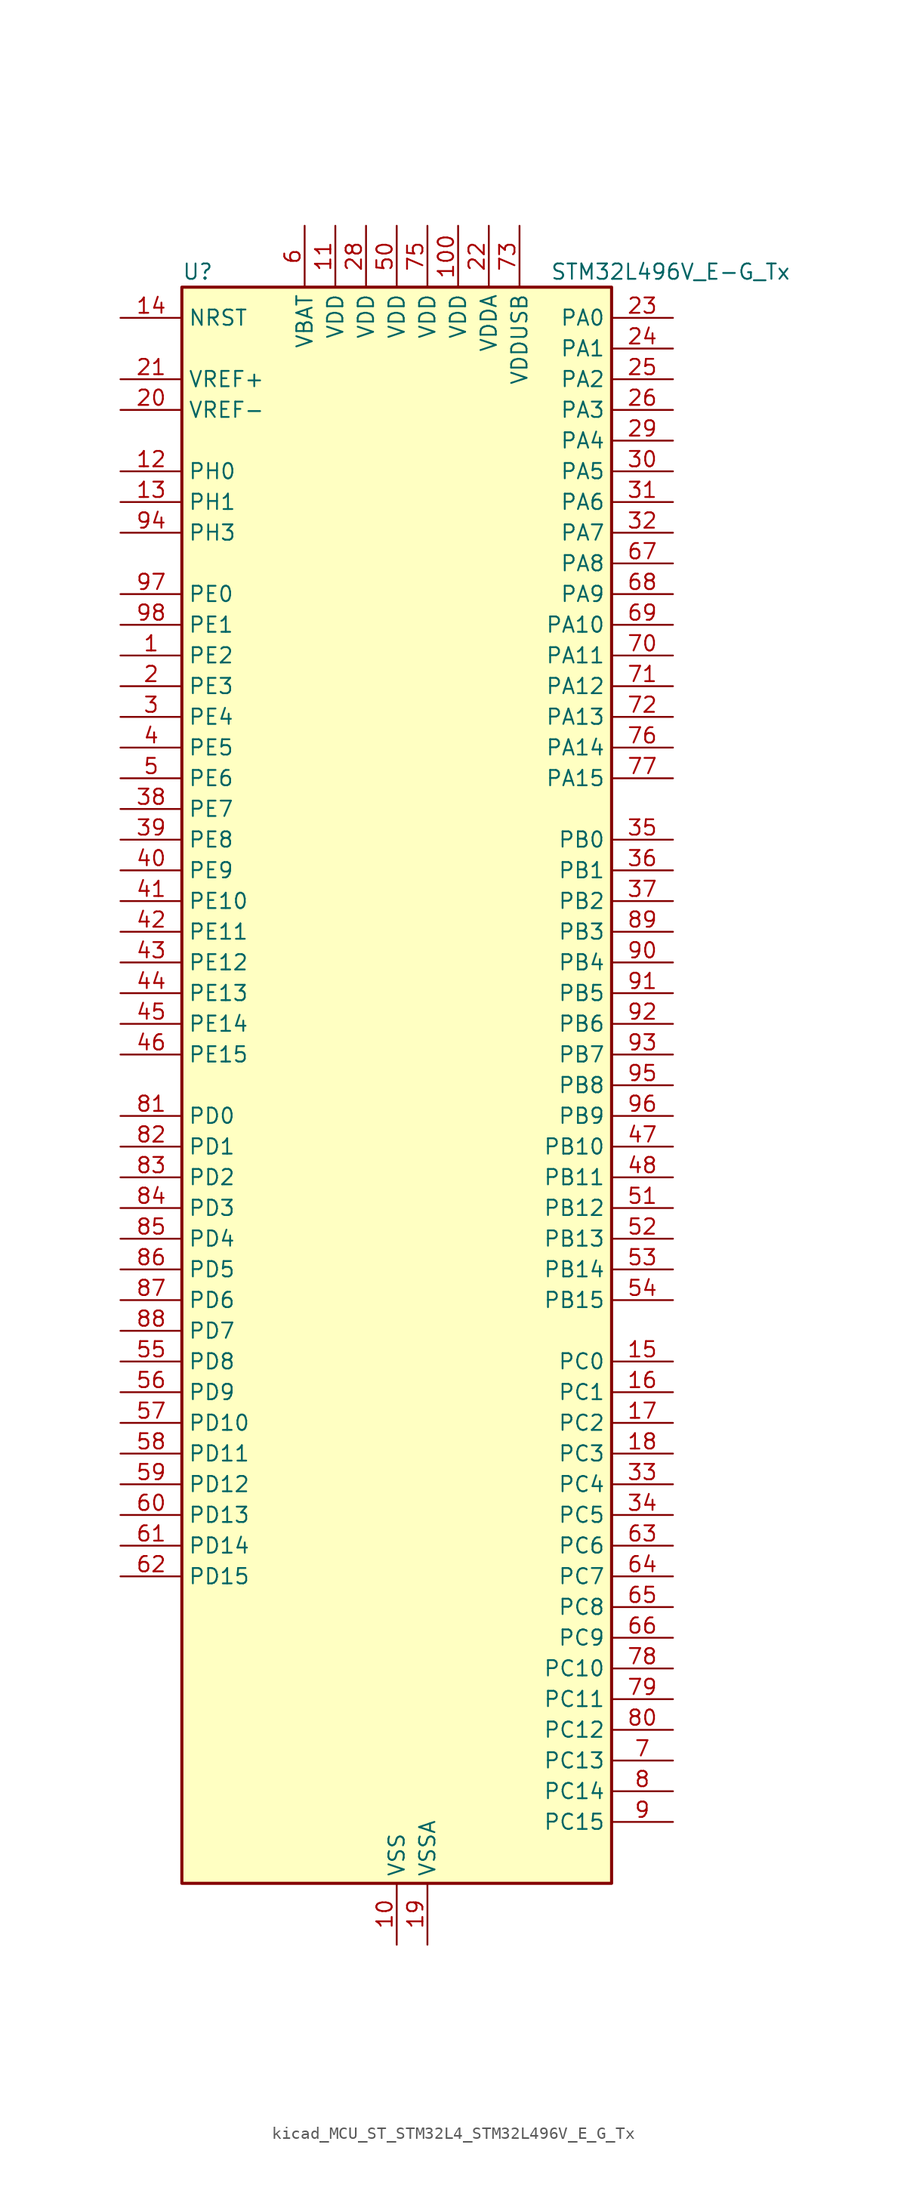
<source format=kicad_sym>
(kicad_symbol_lib
  (version 20220914)
  (generator kicad_symbol_editor)
  (symbol "kicad_MCU_ST_STM32L4_STM32L496V_E_G_Tx"
    (property "Reference" "U"
      (at -17.78 67.31 0)
      (effects (font (size 1.27 1.27)) (justify left)))
    (property "Value" "STM32L496V_E-G_Tx"
      (at 12.7 67.31 0)
      (effects (font (size 1.27 1.27)) (justify left)))
    (property "ki_locked" ""
      (at 0 0 0)
      (effects (font (size 1.27 1.27))))
    (symbol "kicad_MCU_ST_STM32L4_STM32L496V_E_G_Tx_0_1"
      (rectangle (start -17.78 -66.04) (end 17.78 66.04) (stroke (width 0.254) (type default)) (fill (type background))))
    (symbol "kicad_MCU_ST_STM32L4_STM32L496V_E_G_Tx_1_1"
      (pin bidirectional line (at -22.86 35.56 0) (length 5.08) (name "PE2" (effects (font (size 1.27 1.27)))) (number "1" (effects (font (size 1.27 1.27)))) (alternate "FMC_A23" bidirectional line) (alternate "LCD_SEG38" bidirectional line) (alternate "SAI1_MCLK_A" bidirectional line) (alternate "SYS_TRACECLK" bidirectional line) (alternate "TIM3_ETR" bidirectional line) (alternate "TSC_G7_IO1" bidirectional line))
      (pin power_in line (at 0 -71.12 90) (length 5.08) (name "VSS" (effects (font (size 1.27 1.27)))) (number "10" (effects (font (size 1.27 1.27)))))
      (pin power_in line (at 5.08 71.12 270) (length 5.08) (name "VDD" (effects (font (size 1.27 1.27)))) (number "100" (effects (font (size 1.27 1.27)))))
      (pin power_in line (at -5.08 71.12 270) (length 5.08) (name "VDD" (effects (font (size 1.27 1.27)))) (number "11" (effects (font (size 1.27 1.27)))))
      (pin bidirectional line (at -22.86 50.8 0) (length 5.08) (name "PH0" (effects (font (size 1.27 1.27)))) (number "12" (effects (font (size 1.27 1.27)))) (alternate "RCC_OSC_IN" bidirectional line))
      (pin bidirectional line (at -22.86 48.26 0) (length 5.08) (name "PH1" (effects (font (size 1.27 1.27)))) (number "13" (effects (font (size 1.27 1.27)))) (alternate "RCC_OSC_OUT" bidirectional line))
      (pin input line (at -22.86 63.5 0) (length 5.08) (name "NRST" (effects (font (size 1.27 1.27)))) (number "14" (effects (font (size 1.27 1.27)))))
      (pin bidirectional line (at 22.86 -22.86 180) (length 5.08) (name "PC0" (effects (font (size 1.27 1.27)))) (number "15" (effects (font (size 1.27 1.27)))) (alternate "ADC1_IN1" bidirectional line) (alternate "ADC2_IN1" bidirectional line) (alternate "ADC3_IN1" bidirectional line) (alternate "DFSDM1_DATIN4" bidirectional line) (alternate "I2C3_SCL" bidirectional line) (alternate "I2C4_SCL" bidirectional line) (alternate "LCD_SEG18" bidirectional line) (alternate "LPTIM1_IN1" bidirectional line) (alternate "LPTIM2_IN1" bidirectional line) (alternate "LPUART1_RX" bidirectional line))
      (pin bidirectional line (at 22.86 -25.4 180) (length 5.08) (name "PC1" (effects (font (size 1.27 1.27)))) (number "16" (effects (font (size 1.27 1.27)))) (alternate "ADC1_IN2" bidirectional line) (alternate "ADC2_IN2" bidirectional line) (alternate "ADC3_IN2" bidirectional line) (alternate "DFSDM1_CKIN4" bidirectional line) (alternate "I2C3_SDA" bidirectional line) (alternate "I2C4_SDA" bidirectional line) (alternate "LCD_SEG19" bidirectional line) (alternate "LPTIM1_OUT" bidirectional line) (alternate "LPUART1_TX" bidirectional line) (alternate "QUADSPI_BK2_IO0" bidirectional line) (alternate "SAI1_SD_A" bidirectional line) (alternate "SPI2_MOSI" bidirectional line) (alternate "SYS_TRACED0" bidirectional line))
      (pin bidirectional line (at 22.86 -27.94 180) (length 5.08) (name "PC2" (effects (font (size 1.27 1.27)))) (number "17" (effects (font (size 1.27 1.27)))) (alternate "ADC1_IN3" bidirectional line) (alternate "ADC2_IN3" bidirectional line) (alternate "ADC3_IN3" bidirectional line) (alternate "DFSDM1_CKOUT" bidirectional line) (alternate "LCD_SEG20" bidirectional line) (alternate "LPTIM1_IN2" bidirectional line) (alternate "QUADSPI_BK2_IO1" bidirectional line) (alternate "SPI2_MISO" bidirectional line))
      (pin bidirectional line (at 22.86 -30.48 180) (length 5.08) (name "PC3" (effects (font (size 1.27 1.27)))) (number "18" (effects (font (size 1.27 1.27)))) (alternate "ADC1_IN4" bidirectional line) (alternate "ADC2_IN4" bidirectional line) (alternate "ADC3_IN4" bidirectional line) (alternate "LCD_VLCD" bidirectional line) (alternate "LPTIM1_ETR" bidirectional line) (alternate "LPTIM2_ETR" bidirectional line) (alternate "QUADSPI_BK2_IO2" bidirectional line) (alternate "SAI1_SD_A" bidirectional line) (alternate "SPI2_MOSI" bidirectional line))
      (pin power_in line (at 2.54 -71.12 90) (length 5.08) (name "VSSA" (effects (font (size 1.27 1.27)))) (number "19" (effects (font (size 1.27 1.27)))))
      (pin bidirectional line (at -22.86 33.02 0) (length 5.08) (name "PE3" (effects (font (size 1.27 1.27)))) (number "2" (effects (font (size 1.27 1.27)))) (alternate "FMC_A19" bidirectional line) (alternate "LCD_SEG39" bidirectional line) (alternate "SAI1_SD_B" bidirectional line) (alternate "SYS_TRACED0" bidirectional line) (alternate "TIM3_CH1" bidirectional line) (alternate "TSC_G7_IO2" bidirectional line))
      (pin input line (at -22.86 55.88 0) (length 5.08) (name "VREF-" (effects (font (size 1.27 1.27)))) (number "20" (effects (font (size 1.27 1.27)))))
      (pin input line (at -22.86 58.42 0) (length 5.08) (name "VREF+" (effects (font (size 1.27 1.27)))) (number "21" (effects (font (size 1.27 1.27)))) (alternate "VREFBUF_OUT" bidirectional line))
      (pin power_in line (at 7.62 71.12 270) (length 5.08) (name "VDDA" (effects (font (size 1.27 1.27)))) (number "22" (effects (font (size 1.27 1.27)))))
      (pin bidirectional line (at 22.86 63.5 180) (length 5.08) (name "PA0" (effects (font (size 1.27 1.27)))) (number "23" (effects (font (size 1.27 1.27)))) (alternate "ADC1_IN5" bidirectional line) (alternate "ADC2_IN5" bidirectional line) (alternate "OPAMP1_VINP" bidirectional line) (alternate "RTC_TAMP2" bidirectional line) (alternate "SAI1_EXTCLK" bidirectional line) (alternate "SYS_WKUP1" bidirectional line) (alternate "TIM2_CH1" bidirectional line) (alternate "TIM2_ETR" bidirectional line) (alternate "TIM5_CH1" bidirectional line) (alternate "TIM8_ETR" bidirectional line) (alternate "UART4_TX" bidirectional line) (alternate "USART2_CTS" bidirectional line))
      (pin bidirectional line (at 22.86 60.96 180) (length 5.08) (name "PA1" (effects (font (size 1.27 1.27)))) (number "24" (effects (font (size 1.27 1.27)))) (alternate "ADC1_IN6" bidirectional line) (alternate "ADC2_IN6" bidirectional line) (alternate "I2C1_SMBA" bidirectional line) (alternate "LCD_SEG0" bidirectional line) (alternate "OPAMP1_VINM" bidirectional line) (alternate "SPI1_SCK" bidirectional line) (alternate "TIM15_CH1N" bidirectional line) (alternate "TIM2_CH2" bidirectional line) (alternate "TIM5_CH2" bidirectional line) (alternate "UART4_RX" bidirectional line) (alternate "USART2_DE" bidirectional line) (alternate "USART2_RTS" bidirectional line))
      (pin bidirectional line (at 22.86 58.42 180) (length 5.08) (name "PA2" (effects (font (size 1.27 1.27)))) (number "25" (effects (font (size 1.27 1.27)))) (alternate "ADC1_IN7" bidirectional line) (alternate "ADC2_IN7" bidirectional line) (alternate "LCD_SEG1" bidirectional line) (alternate "LPUART1_TX" bidirectional line) (alternate "QUADSPI_BK1_NCS" bidirectional line) (alternate "RCC_LSCO" bidirectional line) (alternate "SAI2_EXTCLK" bidirectional line) (alternate "SYS_WKUP4" bidirectional line) (alternate "TIM15_CH1" bidirectional line) (alternate "TIM2_CH3" bidirectional line) (alternate "TIM5_CH3" bidirectional line) (alternate "USART2_TX" bidirectional line))
      (pin bidirectional line (at 22.86 55.88 180) (length 5.08) (name "PA3" (effects (font (size 1.27 1.27)))) (number "26" (effects (font (size 1.27 1.27)))) (alternate "ADC1_IN8" bidirectional line) (alternate "ADC2_IN8" bidirectional line) (alternate "LCD_SEG2" bidirectional line) (alternate "LPUART1_RX" bidirectional line) (alternate "OPAMP1_VOUT" bidirectional line) (alternate "QUADSPI_CLK" bidirectional line) (alternate "SAI1_MCLK_A" bidirectional line) (alternate "TIM15_CH2" bidirectional line) (alternate "TIM2_CH4" bidirectional line) (alternate "TIM5_CH4" bidirectional line) (alternate "USART2_RX" bidirectional line))
      (pin passive line (at 0 -71.12 90) (length 5.08) hide (name "VSS" (effects (font (size 1.27 1.27)))) (number "27" (effects (font (size 1.27 1.27)))))
      (pin power_in line (at -2.54 71.12 270) (length 5.08) (name "VDD" (effects (font (size 1.27 1.27)))) (number "28" (effects (font (size 1.27 1.27)))))
      (pin bidirectional line (at 22.86 53.34 180) (length 5.08) (name "PA4" (effects (font (size 1.27 1.27)))) (number "29" (effects (font (size 1.27 1.27)))) (alternate "ADC1_IN9" bidirectional line) (alternate "ADC2_IN9" bidirectional line) (alternate "DAC1_OUT1" bidirectional line) (alternate "DCMI_HSYNC" bidirectional line) (alternate "LPTIM2_OUT" bidirectional line) (alternate "SAI1_FS_B" bidirectional line) (alternate "SPI1_NSS" bidirectional line) (alternate "SPI3_NSS" bidirectional line) (alternate "USART2_CK" bidirectional line))
      (pin bidirectional line (at -22.86 30.48 0) (length 5.08) (name "PE4" (effects (font (size 1.27 1.27)))) (number "3" (effects (font (size 1.27 1.27)))) (alternate "DCMI_D4" bidirectional line) (alternate "DFSDM1_DATIN3" bidirectional line) (alternate "FMC_A20" bidirectional line) (alternate "SAI1_FS_A" bidirectional line) (alternate "SYS_TRACED1" bidirectional line) (alternate "TIM3_CH2" bidirectional line) (alternate "TSC_G7_IO3" bidirectional line))
      (pin bidirectional line (at 22.86 50.8 180) (length 5.08) (name "PA5" (effects (font (size 1.27 1.27)))) (number "30" (effects (font (size 1.27 1.27)))) (alternate "ADC1_IN10" bidirectional line) (alternate "ADC2_IN10" bidirectional line) (alternate "DAC1_OUT2" bidirectional line) (alternate "LPTIM2_ETR" bidirectional line) (alternate "SPI1_SCK" bidirectional line) (alternate "TIM2_CH1" bidirectional line) (alternate "TIM2_ETR" bidirectional line) (alternate "TIM8_CH1N" bidirectional line))
      (pin bidirectional line (at 22.86 48.26 180) (length 5.08) (name "PA6" (effects (font (size 1.27 1.27)))) (number "31" (effects (font (size 1.27 1.27)))) (alternate "ADC1_IN11" bidirectional line) (alternate "ADC2_IN11" bidirectional line) (alternate "DCMI_PIXCLK" bidirectional line) (alternate "LCD_SEG3" bidirectional line) (alternate "LPUART1_CTS" bidirectional line) (alternate "OPAMP2_VINP" bidirectional line) (alternate "QUADSPI_BK1_IO3" bidirectional line) (alternate "SPI1_MISO" bidirectional line) (alternate "TIM16_CH1" bidirectional line) (alternate "TIM1_BKIN" bidirectional line) (alternate "TIM1_BKIN_COMP2" bidirectional line) (alternate "TIM3_CH1" bidirectional line) (alternate "TIM8_BKIN" bidirectional line) (alternate "TIM8_BKIN_COMP2" bidirectional line) (alternate "USART3_CTS" bidirectional line))
      (pin bidirectional line (at 22.86 45.72 180) (length 5.08) (name "PA7" (effects (font (size 1.27 1.27)))) (number "32" (effects (font (size 1.27 1.27)))) (alternate "ADC1_IN12" bidirectional line) (alternate "ADC2_IN12" bidirectional line) (alternate "I2C3_SCL" bidirectional line) (alternate "LCD_SEG4" bidirectional line) (alternate "OPAMP2_VINM" bidirectional line) (alternate "QUADSPI_BK1_IO2" bidirectional line) (alternate "SPI1_MOSI" bidirectional line) (alternate "TIM17_CH1" bidirectional line) (alternate "TIM1_CH1N" bidirectional line) (alternate "TIM3_CH2" bidirectional line) (alternate "TIM8_CH1N" bidirectional line))
      (pin bidirectional line (at 22.86 -33.02 180) (length 5.08) (name "PC4" (effects (font (size 1.27 1.27)))) (number "33" (effects (font (size 1.27 1.27)))) (alternate "ADC1_IN13" bidirectional line) (alternate "ADC2_IN13" bidirectional line) (alternate "COMP1_INM" bidirectional line) (alternate "LCD_SEG22" bidirectional line) (alternate "QUADSPI_BK2_IO3" bidirectional line) (alternate "USART3_TX" bidirectional line))
      (pin bidirectional line (at 22.86 -35.56 180) (length 5.08) (name "PC5" (effects (font (size 1.27 1.27)))) (number "34" (effects (font (size 1.27 1.27)))) (alternate "ADC1_IN14" bidirectional line) (alternate "ADC2_IN14" bidirectional line) (alternate "COMP1_INP" bidirectional line) (alternate "LCD_SEG23" bidirectional line) (alternate "SYS_WKUP5" bidirectional line) (alternate "USART3_RX" bidirectional line))
      (pin bidirectional line (at 22.86 20.32 180) (length 5.08) (name "PB0" (effects (font (size 1.27 1.27)))) (number "35" (effects (font (size 1.27 1.27)))) (alternate "ADC1_IN15" bidirectional line) (alternate "ADC2_IN15" bidirectional line) (alternate "COMP1_OUT" bidirectional line) (alternate "LCD_SEG5" bidirectional line) (alternate "OPAMP2_VOUT" bidirectional line) (alternate "QUADSPI_BK1_IO1" bidirectional line) (alternate "SAI1_EXTCLK" bidirectional line) (alternate "SPI1_NSS" bidirectional line) (alternate "TIM1_CH2N" bidirectional line) (alternate "TIM3_CH3" bidirectional line) (alternate "TIM8_CH2N" bidirectional line) (alternate "USART3_CK" bidirectional line))
      (pin bidirectional line (at 22.86 17.78 180) (length 5.08) (name "PB1" (effects (font (size 1.27 1.27)))) (number "36" (effects (font (size 1.27 1.27)))) (alternate "ADC1_IN16" bidirectional line) (alternate "ADC2_IN16" bidirectional line) (alternate "COMP1_INM" bidirectional line) (alternate "DFSDM1_DATIN0" bidirectional line) (alternate "LCD_SEG6" bidirectional line) (alternate "LPTIM2_IN1" bidirectional line) (alternate "LPUART1_DE" bidirectional line) (alternate "LPUART1_RTS" bidirectional line) (alternate "QUADSPI_BK1_IO0" bidirectional line) (alternate "TIM1_CH3N" bidirectional line) (alternate "TIM3_CH4" bidirectional line) (alternate "TIM8_CH3N" bidirectional line) (alternate "USART3_DE" bidirectional line) (alternate "USART3_RTS" bidirectional line))
      (pin bidirectional line (at 22.86 15.24 180) (length 5.08) (name "PB2" (effects (font (size 1.27 1.27)))) (number "37" (effects (font (size 1.27 1.27)))) (alternate "COMP1_INP" bidirectional line) (alternate "DFSDM1_CKIN0" bidirectional line) (alternate "I2C3_SMBA" bidirectional line) (alternate "LCD_VLCD" bidirectional line) (alternate "LPTIM1_OUT" bidirectional line) (alternate "RTC_OUT_ALARM" bidirectional line) (alternate "RTC_OUT_CALIB" bidirectional line))
      (pin bidirectional line (at -22.86 22.86 0) (length 5.08) (name "PE7" (effects (font (size 1.27 1.27)))) (number "38" (effects (font (size 1.27 1.27)))) (alternate "DFSDM1_DATIN2" bidirectional line) (alternate "FMC_D4" bidirectional line) (alternate "FMC_DA4" bidirectional line) (alternate "SAI1_SD_B" bidirectional line) (alternate "TIM1_ETR" bidirectional line))
      (pin bidirectional line (at -22.86 20.32 0) (length 5.08) (name "PE8" (effects (font (size 1.27 1.27)))) (number "39" (effects (font (size 1.27 1.27)))) (alternate "DFSDM1_CKIN2" bidirectional line) (alternate "FMC_D5" bidirectional line) (alternate "FMC_DA5" bidirectional line) (alternate "SAI1_SCK_B" bidirectional line) (alternate "TIM1_CH1N" bidirectional line))
      (pin bidirectional line (at -22.86 27.94 0) (length 5.08) (name "PE5" (effects (font (size 1.27 1.27)))) (number "4" (effects (font (size 1.27 1.27)))) (alternate "DCMI_D6" bidirectional line) (alternate "DFSDM1_CKIN3" bidirectional line) (alternate "FMC_A21" bidirectional line) (alternate "SAI1_SCK_A" bidirectional line) (alternate "SYS_TRACED2" bidirectional line) (alternate "TIM3_CH3" bidirectional line) (alternate "TSC_G7_IO4" bidirectional line))
      (pin bidirectional line (at -22.86 17.78 0) (length 5.08) (name "PE9" (effects (font (size 1.27 1.27)))) (number "40" (effects (font (size 1.27 1.27)))) (alternate "DAC1_EXTI9" bidirectional line) (alternate "DFSDM1_CKOUT" bidirectional line) (alternate "FMC_D6" bidirectional line) (alternate "FMC_DA6" bidirectional line) (alternate "SAI1_FS_B" bidirectional line) (alternate "TIM1_CH1" bidirectional line))
      (pin bidirectional line (at -22.86 15.24 0) (length 5.08) (name "PE10" (effects (font (size 1.27 1.27)))) (number "41" (effects (font (size 1.27 1.27)))) (alternate "DFSDM1_DATIN4" bidirectional line) (alternate "FMC_D7" bidirectional line) (alternate "FMC_DA7" bidirectional line) (alternate "QUADSPI_CLK" bidirectional line) (alternate "SAI1_MCLK_B" bidirectional line) (alternate "TIM1_CH2N" bidirectional line) (alternate "TSC_G5_IO1" bidirectional line))
      (pin bidirectional line (at -22.86 12.7 0) (length 5.08) (name "PE11" (effects (font (size 1.27 1.27)))) (number "42" (effects (font (size 1.27 1.27)))) (alternate "ADC1_EXTI11" bidirectional line) (alternate "ADC2_EXTI11" bidirectional line) (alternate "ADC3_EXTI11" bidirectional line) (alternate "DFSDM1_CKIN4" bidirectional line) (alternate "FMC_D8" bidirectional line) (alternate "FMC_DA8" bidirectional line) (alternate "QUADSPI_BK1_NCS" bidirectional line) (alternate "TIM1_CH2" bidirectional line) (alternate "TSC_G5_IO2" bidirectional line))
      (pin bidirectional line (at -22.86 10.16 0) (length 5.08) (name "PE12" (effects (font (size 1.27 1.27)))) (number "43" (effects (font (size 1.27 1.27)))) (alternate "DFSDM1_DATIN5" bidirectional line) (alternate "FMC_D9" bidirectional line) (alternate "FMC_DA9" bidirectional line) (alternate "QUADSPI_BK1_IO0" bidirectional line) (alternate "SPI1_NSS" bidirectional line) (alternate "TIM1_CH3N" bidirectional line) (alternate "TSC_G5_IO3" bidirectional line))
      (pin bidirectional line (at -22.86 7.62 0) (length 5.08) (name "PE13" (effects (font (size 1.27 1.27)))) (number "44" (effects (font (size 1.27 1.27)))) (alternate "DFSDM1_CKIN5" bidirectional line) (alternate "FMC_D10" bidirectional line) (alternate "FMC_DA10" bidirectional line) (alternate "QUADSPI_BK1_IO1" bidirectional line) (alternate "SPI1_SCK" bidirectional line) (alternate "TIM1_CH3" bidirectional line) (alternate "TSC_G5_IO4" bidirectional line))
      (pin bidirectional line (at -22.86 5.08 0) (length 5.08) (name "PE14" (effects (font (size 1.27 1.27)))) (number "45" (effects (font (size 1.27 1.27)))) (alternate "FMC_D11" bidirectional line) (alternate "FMC_DA11" bidirectional line) (alternate "QUADSPI_BK1_IO2" bidirectional line) (alternate "SPI1_MISO" bidirectional line) (alternate "TIM1_BKIN2" bidirectional line) (alternate "TIM1_BKIN2_COMP2" bidirectional line) (alternate "TIM1_CH4" bidirectional line))
      (pin bidirectional line (at -22.86 2.54 0) (length 5.08) (name "PE15" (effects (font (size 1.27 1.27)))) (number "46" (effects (font (size 1.27 1.27)))) (alternate "ADC1_EXTI15" bidirectional line) (alternate "ADC2_EXTI15" bidirectional line) (alternate "ADC3_EXTI15" bidirectional line) (alternate "FMC_D12" bidirectional line) (alternate "FMC_DA12" bidirectional line) (alternate "QUADSPI_BK1_IO3" bidirectional line) (alternate "SPI1_MOSI" bidirectional line) (alternate "TIM1_BKIN" bidirectional line) (alternate "TIM1_BKIN_COMP1" bidirectional line))
      (pin bidirectional line (at 22.86 -5.08 180) (length 5.08) (name "PB10" (effects (font (size 1.27 1.27)))) (number "47" (effects (font (size 1.27 1.27)))) (alternate "COMP1_OUT" bidirectional line) (alternate "DFSDM1_DATIN7" bidirectional line) (alternate "I2C2_SCL" bidirectional line) (alternate "I2C4_SCL" bidirectional line) (alternate "LCD_SEG10" bidirectional line) (alternate "LPUART1_RX" bidirectional line) (alternate "QUADSPI_CLK" bidirectional line) (alternate "SAI1_SCK_A" bidirectional line) (alternate "SPI2_SCK" bidirectional line) (alternate "TIM2_CH3" bidirectional line) (alternate "TSC_SYNC" bidirectional line) (alternate "USART3_TX" bidirectional line))
      (pin bidirectional line (at 22.86 -7.62 180) (length 5.08) (name "PB11" (effects (font (size 1.27 1.27)))) (number "48" (effects (font (size 1.27 1.27)))) (alternate "ADC1_EXTI11" bidirectional line) (alternate "ADC2_EXTI11" bidirectional line) (alternate "ADC3_EXTI11" bidirectional line) (alternate "COMP2_OUT" bidirectional line) (alternate "DFSDM1_CKIN7" bidirectional line) (alternate "I2C2_SDA" bidirectional line) (alternate "I2C4_SDA" bidirectional line) (alternate "LCD_SEG11" bidirectional line) (alternate "LPUART1_TX" bidirectional line) (alternate "QUADSPI_BK1_NCS" bidirectional line) (alternate "TIM2_CH4" bidirectional line) (alternate "USART3_RX" bidirectional line))
      (pin passive line (at 0 -71.12 90) (length 5.08) hide (name "VSS" (effects (font (size 1.27 1.27)))) (number "49" (effects (font (size 1.27 1.27)))))
      (pin bidirectional line (at -22.86 25.4 0) (length 5.08) (name "PE6" (effects (font (size 1.27 1.27)))) (number "5" (effects (font (size 1.27 1.27)))) (alternate "DCMI_D7" bidirectional line) (alternate "FMC_A22" bidirectional line) (alternate "RTC_TAMP3" bidirectional line) (alternate "SAI1_SD_A" bidirectional line) (alternate "SYS_TRACED3" bidirectional line) (alternate "SYS_WKUP3" bidirectional line) (alternate "TIM3_CH4" bidirectional line))
      (pin power_in line (at 0 71.12 270) (length 5.08) (name "VDD" (effects (font (size 1.27 1.27)))) (number "50" (effects (font (size 1.27 1.27)))))
      (pin bidirectional line (at 22.86 -10.16 180) (length 5.08) (name "PB12" (effects (font (size 1.27 1.27)))) (number "51" (effects (font (size 1.27 1.27)))) (alternate "CAN2_RX" bidirectional line) (alternate "DFSDM1_DATIN1" bidirectional line) (alternate "I2C2_SMBA" bidirectional line) (alternate "LCD_SEG12" bidirectional line) (alternate "LPUART1_DE" bidirectional line) (alternate "LPUART1_RTS" bidirectional line) (alternate "SAI2_FS_A" bidirectional line) (alternate "SPI2_NSS" bidirectional line) (alternate "SWPMI1_IO" bidirectional line) (alternate "TIM15_BKIN" bidirectional line) (alternate "TIM1_BKIN" bidirectional line) (alternate "TIM1_BKIN_COMP2" bidirectional line) (alternate "TSC_G1_IO1" bidirectional line) (alternate "USART3_CK" bidirectional line))
      (pin bidirectional line (at 22.86 -12.7 180) (length 5.08) (name "PB13" (effects (font (size 1.27 1.27)))) (number "52" (effects (font (size 1.27 1.27)))) (alternate "CAN2_TX" bidirectional line) (alternate "DFSDM1_CKIN1" bidirectional line) (alternate "I2C2_SCL" bidirectional line) (alternate "LCD_SEG13" bidirectional line) (alternate "LPUART1_CTS" bidirectional line) (alternate "SAI2_SCK_A" bidirectional line) (alternate "SPI2_SCK" bidirectional line) (alternate "SWPMI1_TX" bidirectional line) (alternate "TIM15_CH1N" bidirectional line) (alternate "TIM1_CH1N" bidirectional line) (alternate "TSC_G1_IO2" bidirectional line) (alternate "USART3_CTS" bidirectional line))
      (pin bidirectional line (at 22.86 -15.24 180) (length 5.08) (name "PB14" (effects (font (size 1.27 1.27)))) (number "53" (effects (font (size 1.27 1.27)))) (alternate "DFSDM1_DATIN2" bidirectional line) (alternate "I2C2_SDA" bidirectional line) (alternate "LCD_SEG14" bidirectional line) (alternate "SAI2_MCLK_A" bidirectional line) (alternate "SPI2_MISO" bidirectional line) (alternate "SWPMI1_RX" bidirectional line) (alternate "TIM15_CH1" bidirectional line) (alternate "TIM1_CH2N" bidirectional line) (alternate "TIM8_CH2N" bidirectional line) (alternate "TSC_G1_IO3" bidirectional line) (alternate "USART3_DE" bidirectional line) (alternate "USART3_RTS" bidirectional line))
      (pin bidirectional line (at 22.86 -17.78 180) (length 5.08) (name "PB15" (effects (font (size 1.27 1.27)))) (number "54" (effects (font (size 1.27 1.27)))) (alternate "ADC1_EXTI15" bidirectional line) (alternate "ADC2_EXTI15" bidirectional line) (alternate "ADC3_EXTI15" bidirectional line) (alternate "DFSDM1_CKIN2" bidirectional line) (alternate "LCD_SEG15" bidirectional line) (alternate "RTC_REFIN" bidirectional line) (alternate "SAI2_SD_A" bidirectional line) (alternate "SPI2_MOSI" bidirectional line) (alternate "SWPMI1_SUSPEND" bidirectional line) (alternate "TIM15_CH2" bidirectional line) (alternate "TIM1_CH3N" bidirectional line) (alternate "TIM8_CH3N" bidirectional line) (alternate "TSC_G1_IO4" bidirectional line))
      (pin bidirectional line (at -22.86 -22.86 0) (length 5.08) (name "PD8" (effects (font (size 1.27 1.27)))) (number "55" (effects (font (size 1.27 1.27)))) (alternate "DCMI_HSYNC" bidirectional line) (alternate "FMC_D13" bidirectional line) (alternate "FMC_DA13" bidirectional line) (alternate "LCD_SEG28" bidirectional line) (alternate "USART3_TX" bidirectional line))
      (pin bidirectional line (at -22.86 -25.4 0) (length 5.08) (name "PD9" (effects (font (size 1.27 1.27)))) (number "56" (effects (font (size 1.27 1.27)))) (alternate "DAC1_EXTI9" bidirectional line) (alternate "DCMI_PIXCLK" bidirectional line) (alternate "FMC_D14" bidirectional line) (alternate "FMC_DA14" bidirectional line) (alternate "LCD_SEG29" bidirectional line) (alternate "SAI2_MCLK_A" bidirectional line) (alternate "USART3_RX" bidirectional line))
      (pin bidirectional line (at -22.86 -27.94 0) (length 5.08) (name "PD10" (effects (font (size 1.27 1.27)))) (number "57" (effects (font (size 1.27 1.27)))) (alternate "FMC_D15" bidirectional line) (alternate "FMC_DA15" bidirectional line) (alternate "LCD_SEG30" bidirectional line) (alternate "SAI2_SCK_A" bidirectional line) (alternate "TSC_G6_IO1" bidirectional line) (alternate "USART3_CK" bidirectional line))
      (pin bidirectional line (at -22.86 -30.48 0) (length 5.08) (name "PD11" (effects (font (size 1.27 1.27)))) (number "58" (effects (font (size 1.27 1.27)))) (alternate "ADC1_EXTI11" bidirectional line) (alternate "ADC2_EXTI11" bidirectional line) (alternate "ADC3_EXTI11" bidirectional line) (alternate "FMC_A16" bidirectional line) (alternate "FMC_CLE" bidirectional line) (alternate "I2C4_SMBA" bidirectional line) (alternate "LCD_SEG31" bidirectional line) (alternate "LPTIM2_ETR" bidirectional line) (alternate "SAI2_SD_A" bidirectional line) (alternate "TSC_G6_IO2" bidirectional line) (alternate "USART3_CTS" bidirectional line))
      (pin bidirectional line (at -22.86 -33.02 0) (length 5.08) (name "PD12" (effects (font (size 1.27 1.27)))) (number "59" (effects (font (size 1.27 1.27)))) (alternate "FMC_A17" bidirectional line) (alternate "FMC_ALE" bidirectional line) (alternate "I2C4_SCL" bidirectional line) (alternate "LCD_SEG32" bidirectional line) (alternate "LPTIM2_IN1" bidirectional line) (alternate "SAI2_FS_A" bidirectional line) (alternate "TIM4_CH1" bidirectional line) (alternate "TSC_G6_IO3" bidirectional line) (alternate "USART3_DE" bidirectional line) (alternate "USART3_RTS" bidirectional line))
      (pin power_in line (at -7.62 71.12 270) (length 5.08) (name "VBAT" (effects (font (size 1.27 1.27)))) (number "6" (effects (font (size 1.27 1.27)))))
      (pin bidirectional line (at -22.86 -35.56 0) (length 5.08) (name "PD13" (effects (font (size 1.27 1.27)))) (number "60" (effects (font (size 1.27 1.27)))) (alternate "FMC_A18" bidirectional line) (alternate "I2C4_SDA" bidirectional line) (alternate "LCD_SEG33" bidirectional line) (alternate "LPTIM2_OUT" bidirectional line) (alternate "TIM4_CH2" bidirectional line) (alternate "TSC_G6_IO4" bidirectional line))
      (pin bidirectional line (at -22.86 -38.1 0) (length 5.08) (name "PD14" (effects (font (size 1.27 1.27)))) (number "61" (effects (font (size 1.27 1.27)))) (alternate "FMC_D0" bidirectional line) (alternate "FMC_DA0" bidirectional line) (alternate "LCD_SEG34" bidirectional line) (alternate "TIM4_CH3" bidirectional line))
      (pin bidirectional line (at -22.86 -40.64 0) (length 5.08) (name "PD15" (effects (font (size 1.27 1.27)))) (number "62" (effects (font (size 1.27 1.27)))) (alternate "ADC1_EXTI15" bidirectional line) (alternate "ADC2_EXTI15" bidirectional line) (alternate "ADC3_EXTI15" bidirectional line) (alternate "FMC_D1" bidirectional line) (alternate "FMC_DA1" bidirectional line) (alternate "LCD_SEG35" bidirectional line) (alternate "TIM4_CH4" bidirectional line))
      (pin bidirectional line (at 22.86 -38.1 180) (length 5.08) (name "PC6" (effects (font (size 1.27 1.27)))) (number "63" (effects (font (size 1.27 1.27)))) (alternate "DCMI_D0" bidirectional line) (alternate "DFSDM1_CKIN3" bidirectional line) (alternate "LCD_SEG24" bidirectional line) (alternate "SAI2_MCLK_A" bidirectional line) (alternate "SDMMC1_D6" bidirectional line) (alternate "TIM3_CH1" bidirectional line) (alternate "TIM8_CH1" bidirectional line) (alternate "TSC_G4_IO1" bidirectional line))
      (pin bidirectional line (at 22.86 -40.64 180) (length 5.08) (name "PC7" (effects (font (size 1.27 1.27)))) (number "64" (effects (font (size 1.27 1.27)))) (alternate "DCMI_D1" bidirectional line) (alternate "DFSDM1_DATIN3" bidirectional line) (alternate "LCD_SEG25" bidirectional line) (alternate "SAI2_MCLK_B" bidirectional line) (alternate "SDMMC1_D7" bidirectional line) (alternate "TIM3_CH2" bidirectional line) (alternate "TIM8_CH2" bidirectional line) (alternate "TSC_G4_IO2" bidirectional line))
      (pin bidirectional line (at 22.86 -43.18 180) (length 5.08) (name "PC8" (effects (font (size 1.27 1.27)))) (number "65" (effects (font (size 1.27 1.27)))) (alternate "DCMI_D2" bidirectional line) (alternate "LCD_SEG26" bidirectional line) (alternate "SDMMC1_D0" bidirectional line) (alternate "TIM3_CH3" bidirectional line) (alternate "TIM8_CH3" bidirectional line) (alternate "TSC_G4_IO3" bidirectional line))
      (pin bidirectional line (at 22.86 -45.72 180) (length 5.08) (name "PC9" (effects (font (size 1.27 1.27)))) (number "66" (effects (font (size 1.27 1.27)))) (alternate "DAC1_EXTI9" bidirectional line) (alternate "DCMI_D3" bidirectional line) (alternate "I2C3_SDA" bidirectional line) (alternate "LCD_SEG27" bidirectional line) (alternate "SAI2_EXTCLK" bidirectional line) (alternate "SDMMC1_D1" bidirectional line) (alternate "TIM3_CH4" bidirectional line) (alternate "TIM8_BKIN2" bidirectional line) (alternate "TIM8_BKIN2_COMP1" bidirectional line) (alternate "TIM8_CH4" bidirectional line) (alternate "TSC_G4_IO4" bidirectional line) (alternate "USB_OTG_FS_NOE" bidirectional line))
      (pin bidirectional line (at 22.86 43.18 180) (length 5.08) (name "PA8" (effects (font (size 1.27 1.27)))) (number "67" (effects (font (size 1.27 1.27)))) (alternate "LCD_COM0" bidirectional line) (alternate "LPTIM2_OUT" bidirectional line) (alternate "RCC_MCO" bidirectional line) (alternate "SAI1_SCK_A" bidirectional line) (alternate "SWPMI1_IO" bidirectional line) (alternate "TIM1_CH1" bidirectional line) (alternate "USART1_CK" bidirectional line) (alternate "USB_OTG_FS_SOF" bidirectional line))
      (pin bidirectional line (at 22.86 40.64 180) (length 5.08) (name "PA9" (effects (font (size 1.27 1.27)))) (number "68" (effects (font (size 1.27 1.27)))) (alternate "DAC1_EXTI9" bidirectional line) (alternate "DCMI_D0" bidirectional line) (alternate "LCD_COM1" bidirectional line) (alternate "SAI1_FS_A" bidirectional line) (alternate "SPI2_SCK" bidirectional line) (alternate "TIM15_BKIN" bidirectional line) (alternate "TIM1_CH2" bidirectional line) (alternate "USART1_TX" bidirectional line) (alternate "USB_OTG_FS_VBUS" bidirectional line))
      (pin bidirectional line (at 22.86 38.1 180) (length 5.08) (name "PA10" (effects (font (size 1.27 1.27)))) (number "69" (effects (font (size 1.27 1.27)))) (alternate "DCMI_D1" bidirectional line) (alternate "LCD_COM2" bidirectional line) (alternate "SAI1_SD_A" bidirectional line) (alternate "TIM17_BKIN" bidirectional line) (alternate "TIM1_CH3" bidirectional line) (alternate "USART1_RX" bidirectional line) (alternate "USB_OTG_FS_ID" bidirectional line))
      (pin bidirectional line (at 22.86 -55.88 180) (length 5.08) (name "PC13" (effects (font (size 1.27 1.27)))) (number "7" (effects (font (size 1.27 1.27)))) (alternate "RTC_OUT_ALARM" bidirectional line) (alternate "RTC_OUT_CALIB" bidirectional line) (alternate "RTC_TAMP1" bidirectional line) (alternate "RTC_TS" bidirectional line) (alternate "SYS_WKUP2" bidirectional line))
      (pin bidirectional line (at 22.86 35.56 180) (length 5.08) (name "PA11" (effects (font (size 1.27 1.27)))) (number "70" (effects (font (size 1.27 1.27)))) (alternate "ADC1_EXTI11" bidirectional line) (alternate "ADC2_EXTI11" bidirectional line) (alternate "ADC3_EXTI11" bidirectional line) (alternate "CAN1_RX" bidirectional line) (alternate "SPI1_MISO" bidirectional line) (alternate "TIM1_BKIN2" bidirectional line) (alternate "TIM1_BKIN2_COMP1" bidirectional line) (alternate "TIM1_CH4" bidirectional line) (alternate "USART1_CTS" bidirectional line) (alternate "USB_OTG_FS_DM" bidirectional line))
      (pin bidirectional line (at 22.86 33.02 180) (length 5.08) (name "PA12" (effects (font (size 1.27 1.27)))) (number "71" (effects (font (size 1.27 1.27)))) (alternate "CAN1_TX" bidirectional line) (alternate "SPI1_MOSI" bidirectional line) (alternate "TIM1_ETR" bidirectional line) (alternate "USART1_DE" bidirectional line) (alternate "USART1_RTS" bidirectional line) (alternate "USB_OTG_FS_DP" bidirectional line))
      (pin bidirectional line (at 22.86 30.48 180) (length 5.08) (name "PA13" (effects (font (size 1.27 1.27)))) (number "72" (effects (font (size 1.27 1.27)))) (alternate "IR_OUT" bidirectional line) (alternate "SAI1_SD_B" bidirectional line) (alternate "SWPMI1_TX" bidirectional line) (alternate "SYS_JTMS-SWDIO" bidirectional line) (alternate "USB_OTG_FS_NOE" bidirectional line))
      (pin power_in line (at 10.16 71.12 270) (length 5.08) (name "VDDUSB" (effects (font (size 1.27 1.27)))) (number "73" (effects (font (size 1.27 1.27)))))
      (pin passive line (at 0 -71.12 90) (length 5.08) hide (name "VSS" (effects (font (size 1.27 1.27)))) (number "74" (effects (font (size 1.27 1.27)))))
      (pin power_in line (at 2.54 71.12 270) (length 5.08) (name "VDD" (effects (font (size 1.27 1.27)))) (number "75" (effects (font (size 1.27 1.27)))))
      (pin bidirectional line (at 22.86 27.94 180) (length 5.08) (name "PA14" (effects (font (size 1.27 1.27)))) (number "76" (effects (font (size 1.27 1.27)))) (alternate "I2C1_SMBA" bidirectional line) (alternate "I2C4_SMBA" bidirectional line) (alternate "LPTIM1_OUT" bidirectional line) (alternate "SAI1_FS_B" bidirectional line) (alternate "SWPMI1_RX" bidirectional line) (alternate "SYS_JTCK-SWCLK" bidirectional line) (alternate "USB_OTG_FS_SOF" bidirectional line))
      (pin bidirectional line (at 22.86 25.4 180) (length 5.08) (name "PA15" (effects (font (size 1.27 1.27)))) (number "77" (effects (font (size 1.27 1.27)))) (alternate "ADC1_EXTI15" bidirectional line) (alternate "ADC2_EXTI15" bidirectional line) (alternate "ADC3_EXTI15" bidirectional line) (alternate "LCD_SEG17" bidirectional line) (alternate "SAI2_FS_B" bidirectional line) (alternate "SPI1_NSS" bidirectional line) (alternate "SPI3_NSS" bidirectional line) (alternate "SWPMI1_SUSPEND" bidirectional line) (alternate "SYS_JTDI" bidirectional line) (alternate "TIM2_CH1" bidirectional line) (alternate "TIM2_ETR" bidirectional line) (alternate "TSC_G3_IO1" bidirectional line) (alternate "UART4_DE" bidirectional line) (alternate "UART4_RTS" bidirectional line) (alternate "USART2_RX" bidirectional line) (alternate "USART3_DE" bidirectional line) (alternate "USART3_RTS" bidirectional line))
      (pin bidirectional line (at 22.86 -48.26 180) (length 5.08) (name "PC10" (effects (font (size 1.27 1.27)))) (number "78" (effects (font (size 1.27 1.27)))) (alternate "DCMI_D8" bidirectional line) (alternate "LCD_COM4" bidirectional line) (alternate "LCD_SEG28" bidirectional line) (alternate "LCD_SEG40" bidirectional line) (alternate "SAI2_SCK_B" bidirectional line) (alternate "SDMMC1_D2" bidirectional line) (alternate "SPI3_SCK" bidirectional line) (alternate "SYS_TRACED1" bidirectional line) (alternate "TSC_G3_IO2" bidirectional line) (alternate "UART4_TX" bidirectional line) (alternate "USART3_TX" bidirectional line))
      (pin bidirectional line (at 22.86 -50.8 180) (length 5.08) (name "PC11" (effects (font (size 1.27 1.27)))) (number "79" (effects (font (size 1.27 1.27)))) (alternate "ADC1_EXTI11" bidirectional line) (alternate "ADC2_EXTI11" bidirectional line) (alternate "ADC3_EXTI11" bidirectional line) (alternate "DCMI_D4" bidirectional line) (alternate "LCD_COM5" bidirectional line) (alternate "LCD_SEG29" bidirectional line) (alternate "LCD_SEG41" bidirectional line) (alternate "QUADSPI_BK2_NCS" bidirectional line) (alternate "SAI2_MCLK_B" bidirectional line) (alternate "SDMMC1_D3" bidirectional line) (alternate "SPI3_MISO" bidirectional line) (alternate "TSC_G3_IO3" bidirectional line) (alternate "UART4_RX" bidirectional line) (alternate "USART3_RX" bidirectional line))
      (pin bidirectional line (at 22.86 -58.42 180) (length 5.08) (name "PC14" (effects (font (size 1.27 1.27)))) (number "8" (effects (font (size 1.27 1.27)))) (alternate "RCC_OSC32_IN" bidirectional line))
      (pin bidirectional line (at 22.86 -53.34 180) (length 5.08) (name "PC12" (effects (font (size 1.27 1.27)))) (number "80" (effects (font (size 1.27 1.27)))) (alternate "DCMI_D9" bidirectional line) (alternate "LCD_COM6" bidirectional line) (alternate "LCD_SEG30" bidirectional line) (alternate "LCD_SEG42" bidirectional line) (alternate "SAI2_SD_B" bidirectional line) (alternate "SDMMC1_CK" bidirectional line) (alternate "SPI3_MOSI" bidirectional line) (alternate "SYS_TRACED3" bidirectional line) (alternate "TSC_G3_IO4" bidirectional line) (alternate "UART5_TX" bidirectional line) (alternate "USART3_CK" bidirectional line))
      (pin bidirectional line (at -22.86 -2.54 0) (length 5.08) (name "PD0" (effects (font (size 1.27 1.27)))) (number "81" (effects (font (size 1.27 1.27)))) (alternate "CAN1_RX" bidirectional line) (alternate "DFSDM1_DATIN7" bidirectional line) (alternate "FMC_D2" bidirectional line) (alternate "FMC_DA2" bidirectional line) (alternate "SPI2_NSS" bidirectional line))
      (pin bidirectional line (at -22.86 -5.08 0) (length 5.08) (name "PD1" (effects (font (size 1.27 1.27)))) (number "82" (effects (font (size 1.27 1.27)))) (alternate "CAN1_TX" bidirectional line) (alternate "DFSDM1_CKIN7" bidirectional line) (alternate "FMC_D3" bidirectional line) (alternate "FMC_DA3" bidirectional line) (alternate "SPI2_SCK" bidirectional line))
      (pin bidirectional line (at -22.86 -7.62 0) (length 5.08) (name "PD2" (effects (font (size 1.27 1.27)))) (number "83" (effects (font (size 1.27 1.27)))) (alternate "DCMI_D11" bidirectional line) (alternate "LCD_COM7" bidirectional line) (alternate "LCD_SEG31" bidirectional line) (alternate "LCD_SEG43" bidirectional line) (alternate "SDMMC1_CMD" bidirectional line) (alternate "SYS_TRACED2" bidirectional line) (alternate "TIM3_ETR" bidirectional line) (alternate "TSC_SYNC" bidirectional line) (alternate "UART5_RX" bidirectional line) (alternate "USART3_DE" bidirectional line) (alternate "USART3_RTS" bidirectional line))
      (pin bidirectional line (at -22.86 -10.16 0) (length 5.08) (name "PD3" (effects (font (size 1.27 1.27)))) (number "84" (effects (font (size 1.27 1.27)))) (alternate "DCMI_D5" bidirectional line) (alternate "DFSDM1_DATIN0" bidirectional line) (alternate "FMC_CLK" bidirectional line) (alternate "QUADSPI_BK2_NCS" bidirectional line) (alternate "SPI2_MISO" bidirectional line) (alternate "SPI2_SCK" bidirectional line) (alternate "USART2_CTS" bidirectional line))
      (pin bidirectional line (at -22.86 -12.7 0) (length 5.08) (name "PD4" (effects (font (size 1.27 1.27)))) (number "85" (effects (font (size 1.27 1.27)))) (alternate "DFSDM1_CKIN0" bidirectional line) (alternate "FMC_NOE" bidirectional line) (alternate "QUADSPI_BK2_IO0" bidirectional line) (alternate "SPI2_MOSI" bidirectional line) (alternate "USART2_DE" bidirectional line) (alternate "USART2_RTS" bidirectional line))
      (pin bidirectional line (at -22.86 -15.24 0) (length 5.08) (name "PD5" (effects (font (size 1.27 1.27)))) (number "86" (effects (font (size 1.27 1.27)))) (alternate "FMC_NWE" bidirectional line) (alternate "QUADSPI_BK2_IO1" bidirectional line) (alternate "USART2_TX" bidirectional line))
      (pin bidirectional line (at -22.86 -17.78 0) (length 5.08) (name "PD6" (effects (font (size 1.27 1.27)))) (number "87" (effects (font (size 1.27 1.27)))) (alternate "DCMI_D10" bidirectional line) (alternate "DFSDM1_DATIN1" bidirectional line) (alternate "FMC_NWAIT" bidirectional line) (alternate "QUADSPI_BK2_IO1" bidirectional line) (alternate "QUADSPI_BK2_IO2" bidirectional line) (alternate "SAI1_SD_A" bidirectional line) (alternate "USART2_RX" bidirectional line))
      (pin bidirectional line (at -22.86 -20.32 0) (length 5.08) (name "PD7" (effects (font (size 1.27 1.27)))) (number "88" (effects (font (size 1.27 1.27)))) (alternate "DFSDM1_CKIN1" bidirectional line) (alternate "FMC_NE1" bidirectional line) (alternate "QUADSPI_BK2_IO3" bidirectional line) (alternate "USART2_CK" bidirectional line))
      (pin bidirectional line (at 22.86 12.7 180) (length 5.08) (name "PB3" (effects (font (size 1.27 1.27)))) (number "89" (effects (font (size 1.27 1.27)))) (alternate "COMP2_INM" bidirectional line) (alternate "CRS_SYNC" bidirectional line) (alternate "LCD_SEG7" bidirectional line) (alternate "SAI1_SCK_B" bidirectional line) (alternate "SPI1_SCK" bidirectional line) (alternate "SPI3_SCK" bidirectional line) (alternate "SYS_JTDO-SWO" bidirectional line) (alternate "TIM2_CH2" bidirectional line) (alternate "USART1_DE" bidirectional line) (alternate "USART1_RTS" bidirectional line))
      (pin bidirectional line (at 22.86 -60.96 180) (length 5.08) (name "PC15" (effects (font (size 1.27 1.27)))) (number "9" (effects (font (size 1.27 1.27)))) (alternate "ADC1_EXTI15" bidirectional line) (alternate "ADC2_EXTI15" bidirectional line) (alternate "ADC3_EXTI15" bidirectional line) (alternate "RCC_OSC32_OUT" bidirectional line))
      (pin bidirectional line (at 22.86 10.16 180) (length 5.08) (name "PB4" (effects (font (size 1.27 1.27)))) (number "90" (effects (font (size 1.27 1.27)))) (alternate "COMP2_INP" bidirectional line) (alternate "DCMI_D12" bidirectional line) (alternate "I2C3_SDA" bidirectional line) (alternate "LCD_SEG8" bidirectional line) (alternate "SAI1_MCLK_B" bidirectional line) (alternate "SPI1_MISO" bidirectional line) (alternate "SPI3_MISO" bidirectional line) (alternate "SYS_JTRST" bidirectional line) (alternate "TIM17_BKIN" bidirectional line) (alternate "TIM3_CH1" bidirectional line) (alternate "TSC_G2_IO1" bidirectional line) (alternate "UART5_DE" bidirectional line) (alternate "UART5_RTS" bidirectional line) (alternate "USART1_CTS" bidirectional line))
      (pin bidirectional line (at 22.86 7.62 180) (length 5.08) (name "PB5" (effects (font (size 1.27 1.27)))) (number "91" (effects (font (size 1.27 1.27)))) (alternate "CAN2_RX" bidirectional line) (alternate "COMP2_OUT" bidirectional line) (alternate "DCMI_D10" bidirectional line) (alternate "I2C1_SMBA" bidirectional line) (alternate "LCD_SEG9" bidirectional line) (alternate "LPTIM1_IN1" bidirectional line) (alternate "SAI1_SD_B" bidirectional line) (alternate "SPI1_MOSI" bidirectional line) (alternate "SPI3_MOSI" bidirectional line) (alternate "TIM16_BKIN" bidirectional line) (alternate "TIM3_CH2" bidirectional line) (alternate "TSC_G2_IO2" bidirectional line) (alternate "UART5_CTS" bidirectional line) (alternate "USART1_CK" bidirectional line))
      (pin bidirectional line (at 22.86 5.08 180) (length 5.08) (name "PB6" (effects (font (size 1.27 1.27)))) (number "92" (effects (font (size 1.27 1.27)))) (alternate "CAN2_TX" bidirectional line) (alternate "COMP2_INP" bidirectional line) (alternate "DCMI_D5" bidirectional line) (alternate "DFSDM1_DATIN5" bidirectional line) (alternate "I2C1_SCL" bidirectional line) (alternate "I2C4_SCL" bidirectional line) (alternate "LPTIM1_ETR" bidirectional line) (alternate "SAI1_FS_B" bidirectional line) (alternate "TIM16_CH1N" bidirectional line) (alternate "TIM4_CH1" bidirectional line) (alternate "TIM8_BKIN2" bidirectional line) (alternate "TIM8_BKIN2_COMP2" bidirectional line) (alternate "TSC_G2_IO3" bidirectional line) (alternate "USART1_TX" bidirectional line))
      (pin bidirectional line (at 22.86 2.54 180) (length 5.08) (name "PB7" (effects (font (size 1.27 1.27)))) (number "93" (effects (font (size 1.27 1.27)))) (alternate "COMP2_INM" bidirectional line) (alternate "DCMI_VSYNC" bidirectional line) (alternate "DFSDM1_CKIN5" bidirectional line) (alternate "FMC_NL" bidirectional line) (alternate "I2C1_SDA" bidirectional line) (alternate "I2C4_SDA" bidirectional line) (alternate "LCD_SEG21" bidirectional line) (alternate "LPTIM1_IN2" bidirectional line) (alternate "SYS_PVD_IN" bidirectional line) (alternate "TIM17_CH1N" bidirectional line) (alternate "TIM4_CH2" bidirectional line) (alternate "TIM8_BKIN" bidirectional line) (alternate "TIM8_BKIN_COMP1" bidirectional line) (alternate "TSC_G2_IO4" bidirectional line) (alternate "UART4_CTS" bidirectional line) (alternate "USART1_RX" bidirectional line))
      (pin bidirectional line (at -22.86 45.72 0) (length 5.08) (name "PH3" (effects (font (size 1.27 1.27)))) (number "94" (effects (font (size 1.27 1.27)))))
      (pin bidirectional line (at 22.86 0 180) (length 5.08) (name "PB8" (effects (font (size 1.27 1.27)))) (number "95" (effects (font (size 1.27 1.27)))) (alternate "CAN1_RX" bidirectional line) (alternate "DCMI_D6" bidirectional line) (alternate "DFSDM1_DATIN6" bidirectional line) (alternate "I2C1_SCL" bidirectional line) (alternate "LCD_SEG16" bidirectional line) (alternate "SAI1_MCLK_A" bidirectional line) (alternate "SDMMC1_D4" bidirectional line) (alternate "TIM16_CH1" bidirectional line) (alternate "TIM4_CH3" bidirectional line))
      (pin bidirectional line (at 22.86 -2.54 180) (length 5.08) (name "PB9" (effects (font (size 1.27 1.27)))) (number "96" (effects (font (size 1.27 1.27)))) (alternate "CAN1_TX" bidirectional line) (alternate "DAC1_EXTI9" bidirectional line) (alternate "DCMI_D7" bidirectional line) (alternate "DFSDM1_CKIN6" bidirectional line) (alternate "I2C1_SDA" bidirectional line) (alternate "IR_OUT" bidirectional line) (alternate "LCD_COM3" bidirectional line) (alternate "SAI1_FS_A" bidirectional line) (alternate "SDMMC1_D5" bidirectional line) (alternate "SPI2_NSS" bidirectional line) (alternate "TIM17_CH1" bidirectional line) (alternate "TIM4_CH4" bidirectional line))
      (pin bidirectional line (at -22.86 40.64 0) (length 5.08) (name "PE0" (effects (font (size 1.27 1.27)))) (number "97" (effects (font (size 1.27 1.27)))) (alternate "DCMI_D2" bidirectional line) (alternate "FMC_NBL0" bidirectional line) (alternate "LCD_SEG36" bidirectional line) (alternate "TIM16_CH1" bidirectional line) (alternate "TIM4_ETR" bidirectional line))
      (pin bidirectional line (at -22.86 38.1 0) (length 5.08) (name "PE1" (effects (font (size 1.27 1.27)))) (number "98" (effects (font (size 1.27 1.27)))) (alternate "DCMI_D3" bidirectional line) (alternate "FMC_NBL1" bidirectional line) (alternate "LCD_SEG37" bidirectional line) (alternate "TIM17_CH1" bidirectional line))
      (pin passive line (at 0 -71.12 90) (length 5.08) hide (name "VSS" (effects (font (size 1.27 1.27)))) (number "99" (effects (font (size 1.27 1.27))))))))
</source>
